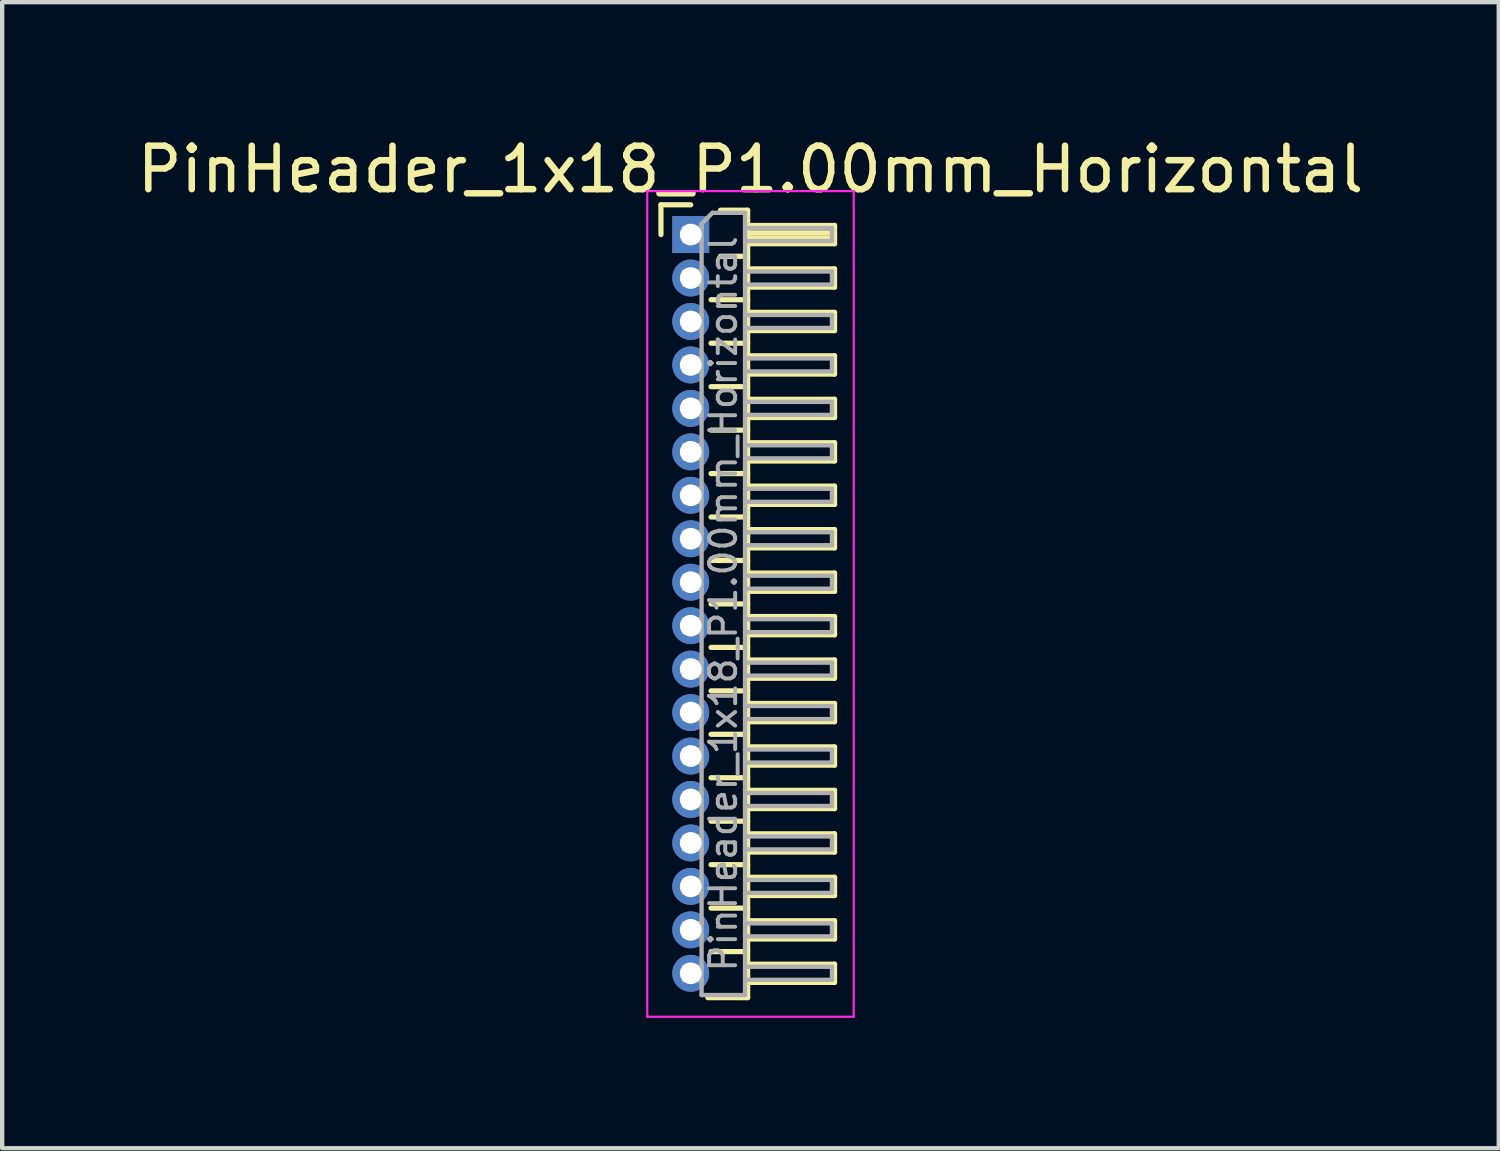
<source format=kicad_pcb>
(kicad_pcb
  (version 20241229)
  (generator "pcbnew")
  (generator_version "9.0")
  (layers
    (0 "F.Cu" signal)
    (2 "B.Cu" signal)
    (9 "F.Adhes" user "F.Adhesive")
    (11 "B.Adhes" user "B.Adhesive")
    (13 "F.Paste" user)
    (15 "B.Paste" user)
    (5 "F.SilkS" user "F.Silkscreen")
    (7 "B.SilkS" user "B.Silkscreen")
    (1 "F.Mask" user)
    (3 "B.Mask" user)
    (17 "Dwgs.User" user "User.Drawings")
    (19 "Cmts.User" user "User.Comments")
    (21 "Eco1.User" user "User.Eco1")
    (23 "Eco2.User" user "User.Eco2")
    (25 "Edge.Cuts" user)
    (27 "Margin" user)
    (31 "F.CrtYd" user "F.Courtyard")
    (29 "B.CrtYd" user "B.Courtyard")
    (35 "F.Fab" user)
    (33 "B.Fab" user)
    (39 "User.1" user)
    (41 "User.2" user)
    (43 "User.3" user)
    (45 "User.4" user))
  (footprint "PinHeader_1x18_P1.00mm_Horizontal"
    (layer "F.Cu")
    (at 12.845 2.348)
    (property "Reference" "PinHeader_1x18_P1.00mm_Horizontal" (at 1.375 -1.5 0) (layer "F.SilkS") (effects (font (size 1 1) (thickness 0.15))))
    (attr through_hole)
    (fp_line (start -0.685 -0.685) (end 0 -0.685) (stroke (width 0.12) (type solid)) (layer "F.SilkS"))
    (fp_line (start -0.685 0) (end -0.685 -0.685) (stroke (width 0.12) (type solid)) (layer "F.SilkS"))
    (fp_line (start 0.468 1.5) (end 1.31 1.5) (stroke (width 0.12) (type solid)) (layer "F.SilkS"))
    (fp_line (start 0.468 2.5) (end 1.31 2.5) (stroke (width 0.12) (type solid)) (layer "F.SilkS"))
    (fp_line (start 0.468 3.5) (end 1.31 3.5) (stroke (width 0.12) (type solid)) (layer "F.SilkS"))
    (fp_line (start 0.468 4.5) (end 1.31 4.5) (stroke (width 0.12) (type solid)) (layer "F.SilkS"))
    (fp_line (start 0.468 5.5) (end 1.31 5.5) (stroke (width 0.12) (type solid)) (layer "F.SilkS"))
    (fp_line (start 0.468 6.5) (end 1.31 6.5) (stroke (width 0.12) (type solid)) (layer "F.SilkS"))
    (fp_line (start 0.468 7.5) (end 1.31 7.5) (stroke (width 0.12) (type solid)) (layer "F.SilkS"))
    (fp_line (start 0.468 8.5) (end 1.31 8.5) (stroke (width 0.12) (type solid)) (layer "F.SilkS"))
    (fp_line (start 0.468 9.5) (end 1.31 9.5) (stroke (width 0.12) (type solid)) (layer "F.SilkS"))
    (fp_line (start 0.468 10.5) (end 1.31 10.5) (stroke (width 0.12) (type solid)) (layer "F.SilkS"))
    (fp_line (start 0.468 11.5) (end 1.31 11.5) (stroke (width 0.12) (type solid)) (layer "F.SilkS"))
    (fp_line (start 0.468 12.5) (end 1.31 12.5) (stroke (width 0.12) (type solid)) (layer "F.SilkS"))
    (fp_line (start 0.468 13.5) (end 1.31 13.5) (stroke (width 0.12) (type solid)) (layer "F.SilkS"))
    (fp_line (start 0.468 14.5) (end 1.31 14.5) (stroke (width 0.12) (type solid)) (layer "F.SilkS"))
    (fp_line (start 0.468 15.5) (end 1.31 15.5) (stroke (width 0.12) (type solid)) (layer "F.SilkS"))
    (fp_line (start 0.468 16.5) (end 1.31 16.5) (stroke (width 0.12) (type solid)) (layer "F.SilkS"))
    (fp_line (start 0.685 -0.56) (end 1.31 -0.56) (stroke (width 0.12) (type solid)) (layer "F.SilkS"))
    (fp_line (start 0.685 0.5) (end 1.31 0.5) (stroke (width 0.12) (type solid)) (layer "F.SilkS"))
    (fp_line (start 1.31 -0.56) (end 1.31 17.56) (stroke (width 0.12) (type solid)) (layer "F.SilkS"))
    (fp_line (start 1.31 -0.21) (end 3.31 -0.21) (stroke (width 0.12) (type solid)) (layer "F.SilkS"))
    (fp_line (start 1.31 -0.15) (end 3.31 -0.15) (stroke (width 0.12) (type solid)) (layer "F.SilkS"))
    (fp_line (start 1.31 -0.03) (end 3.31 -0.03) (stroke (width 0.12) (type solid)) (layer "F.SilkS"))
    (fp_line (start 1.31 0.09) (end 3.31 0.09) (stroke (width 0.12) (type solid)) (layer "F.SilkS"))
    (fp_line (start 1.31 0.79) (end 3.31 0.79) (stroke (width 0.12) (type solid)) (layer "F.SilkS"))
    (fp_line (start 1.31 1.79) (end 3.31 1.79) (stroke (width 0.12) (type solid)) (layer "F.SilkS"))
    (fp_line (start 1.31 2.79) (end 3.31 2.79) (stroke (width 0.12) (type solid)) (layer "F.SilkS"))
    (fp_line (start 1.31 3.79) (end 3.31 3.79) (stroke (width 0.12) (type solid)) (layer "F.SilkS"))
    (fp_line (start 1.31 4.79) (end 3.31 4.79) (stroke (width 0.12) (type solid)) (layer "F.SilkS"))
    (fp_line (start 1.31 5.79) (end 3.31 5.79) (stroke (width 0.12) (type solid)) (layer "F.SilkS"))
    (fp_line (start 1.31 6.79) (end 3.31 6.79) (stroke (width 0.12) (type solid)) (layer "F.SilkS"))
    (fp_line (start 1.31 7.79) (end 3.31 7.79) (stroke (width 0.12) (type solid)) (layer "F.SilkS"))
    (fp_line (start 1.31 8.79) (end 3.31 8.79) (stroke (width 0.12) (type solid)) (layer "F.SilkS"))
    (fp_line (start 1.31 9.79) (end 3.31 9.79) (stroke (width 0.12) (type solid)) (layer "F.SilkS"))
    (fp_line (start 1.31 10.79) (end 3.31 10.79) (stroke (width 0.12) (type solid)) (layer "F.SilkS"))
    (fp_line (start 1.31 11.79) (end 3.31 11.79) (stroke (width 0.12) (type solid)) (layer "F.SilkS"))
    (fp_line (start 1.31 12.79) (end 3.31 12.79) (stroke (width 0.12) (type solid)) (layer "F.SilkS"))
    (fp_line (start 1.31 13.79) (end 3.31 13.79) (stroke (width 0.12) (type solid)) (layer "F.SilkS"))
    (fp_line (start 1.31 14.79) (end 3.31 14.79) (stroke (width 0.12) (type solid)) (layer "F.SilkS"))
    (fp_line (start 1.31 15.79) (end 3.31 15.79) (stroke (width 0.12) (type solid)) (layer "F.SilkS"))
    (fp_line (start 1.31 16.79) (end 3.31 16.79) (stroke (width 0.12) (type solid)) (layer "F.SilkS"))
    (fp_line (start 1.31 17.56) (end 0.394 17.56) (stroke (width 0.12) (type solid)) (layer "F.SilkS"))
    (fp_line (start 3.31 -0.21) (end 3.31 0.21) (stroke (width 0.12) (type solid)) (layer "F.SilkS"))
    (fp_line (start 3.31 0.21) (end 1.31 0.21) (stroke (width 0.12) (type solid)) (layer "F.SilkS"))
    (fp_line (start 3.31 0.79) (end 3.31 1.21) (stroke (width 0.12) (type solid)) (layer "F.SilkS"))
    (fp_line (start 3.31 1.21) (end 1.31 1.21) (stroke (width 0.12) (type solid)) (layer "F.SilkS"))
    (fp_line (start 3.31 1.79) (end 3.31 2.21) (stroke (width 0.12) (type solid)) (layer "F.SilkS"))
    (fp_line (start 3.31 2.21) (end 1.31 2.21) (stroke (width 0.12) (type solid)) (layer "F.SilkS"))
    (fp_line (start 3.31 2.79) (end 3.31 3.21) (stroke (width 0.12) (type solid)) (layer "F.SilkS"))
    (fp_line (start 3.31 3.21) (end 1.31 3.21) (stroke (width 0.12) (type solid)) (layer "F.SilkS"))
    (fp_line (start 3.31 3.79) (end 3.31 4.21) (stroke (width 0.12) (type solid)) (layer "F.SilkS"))
    (fp_line (start 3.31 4.21) (end 1.31 4.21) (stroke (width 0.12) (type solid)) (layer "F.SilkS"))
    (fp_line (start 3.31 4.79) (end 3.31 5.21) (stroke (width 0.12) (type solid)) (layer "F.SilkS"))
    (fp_line (start 3.31 5.21) (end 1.31 5.21) (stroke (width 0.12) (type solid)) (layer "F.SilkS"))
    (fp_line (start 3.31 5.79) (end 3.31 6.21) (stroke (width 0.12) (type solid)) (layer "F.SilkS"))
    (fp_line (start 3.31 6.21) (end 1.31 6.21) (stroke (width 0.12) (type solid)) (layer "F.SilkS"))
    (fp_line (start 3.31 6.79) (end 3.31 7.21) (stroke (width 0.12) (type solid)) (layer "F.SilkS"))
    (fp_line (start 3.31 7.21) (end 1.31 7.21) (stroke (width 0.12) (type solid)) (layer "F.SilkS"))
    (fp_line (start 3.31 7.79) (end 3.31 8.21) (stroke (width 0.12) (type solid)) (layer "F.SilkS"))
    (fp_line (start 3.31 8.21) (end 1.31 8.21) (stroke (width 0.12) (type solid)) (layer "F.SilkS"))
    (fp_line (start 3.31 8.79) (end 3.31 9.21) (stroke (width 0.12) (type solid)) (layer "F.SilkS"))
    (fp_line (start 3.31 9.21) (end 1.31 9.21) (stroke (width 0.12) (type solid)) (layer "F.SilkS"))
    (fp_line (start 3.31 9.79) (end 3.31 10.21) (stroke (width 0.12) (type solid)) (layer "F.SilkS"))
    (fp_line (start 3.31 10.21) (end 1.31 10.21) (stroke (width 0.12) (type solid)) (layer "F.SilkS"))
    (fp_line (start 3.31 10.79) (end 3.31 11.21) (stroke (width 0.12) (type solid)) (layer "F.SilkS"))
    (fp_line (start 3.31 11.21) (end 1.31 11.21) (stroke (width 0.12) (type solid)) (layer "F.SilkS"))
    (fp_line (start 3.31 11.79) (end 3.31 12.21) (stroke (width 0.12) (type solid)) (layer "F.SilkS"))
    (fp_line (start 3.31 12.21) (end 1.31 12.21) (stroke (width 0.12) (type solid)) (layer "F.SilkS"))
    (fp_line (start 3.31 12.79) (end 3.31 13.21) (stroke (width 0.12) (type solid)) (layer "F.SilkS"))
    (fp_line (start 3.31 13.21) (end 1.31 13.21) (stroke (width 0.12) (type solid)) (layer "F.SilkS"))
    (fp_line (start 3.31 13.79) (end 3.31 14.21) (stroke (width 0.12) (type solid)) (layer "F.SilkS"))
    (fp_line (start 3.31 14.21) (end 1.31 14.21) (stroke (width 0.12) (type solid)) (layer "F.SilkS"))
    (fp_line (start 3.31 14.79) (end 3.31 15.21) (stroke (width 0.12) (type solid)) (layer "F.SilkS"))
    (fp_line (start 3.31 15.21) (end 1.31 15.21) (stroke (width 0.12) (type solid)) (layer "F.SilkS"))
    (fp_line (start 3.31 15.79) (end 3.31 16.21) (stroke (width 0.12) (type solid)) (layer "F.SilkS"))
    (fp_line (start 3.31 16.21) (end 1.31 16.21) (stroke (width 0.12) (type solid)) (layer "F.SilkS"))
    (fp_line (start 3.31 16.79) (end 3.31 17.21) (stroke (width 0.12) (type solid)) (layer "F.SilkS"))
    (fp_line (start 3.31 17.21) (end 1.31 17.21) (stroke (width 0.12) (type solid)) (layer "F.SilkS"))
    (fp_line (start -1 -1) (end -1 18) (stroke (width 0.05) (type solid)) (layer "F.CrtYd"))
    (fp_line (start -1 18) (end 3.75 18) (stroke (width 0.05) (type solid)) (layer "F.CrtYd"))
    (fp_line (start 3.75 -1) (end -1 -1) (stroke (width 0.05) (type solid)) (layer "F.CrtYd"))
    (fp_line (start 3.75 18) (end 3.75 -1) (stroke (width 0.05) (type solid)) (layer "F.CrtYd"))
    (fp_line (start -0.15 -0.15) (end -0.15 0.15) (stroke (width 0.1) (type solid)) (layer "F.Fab"))
    (fp_line (start -0.15 -0.15) (end 0.25 -0.15) (stroke (width 0.1) (type solid)) (layer "F.Fab"))
    (fp_line (start -0.15 0.15) (end 0.25 0.15) (stroke (width 0.1) (type solid)) (layer "F.Fab"))
    (fp_line (start -0.15 0.85) (end -0.15 1.15) (stroke (width 0.1) (type solid)) (layer "F.Fab"))
    (fp_line (start -0.15 0.85) (end 0.25 0.85) (stroke (width 0.1) (type solid)) (layer "F.Fab"))
    (fp_line (start -0.15 1.15) (end 0.25 1.15) (stroke (width 0.1) (type solid)) (layer "F.Fab"))
    (fp_line (start -0.15 1.85) (end -0.15 2.15) (stroke (width 0.1) (type solid)) (layer "F.Fab"))
    (fp_line (start -0.15 1.85) (end 0.25 1.85) (stroke (width 0.1) (type solid)) (layer "F.Fab"))
    (fp_line (start -0.15 2.15) (end 0.25 2.15) (stroke (width 0.1) (type solid)) (layer "F.Fab"))
    (fp_line (start -0.15 2.85) (end -0.15 3.15) (stroke (width 0.1) (type solid)) (layer "F.Fab"))
    (fp_line (start -0.15 2.85) (end 0.25 2.85) (stroke (width 0.1) (type solid)) (layer "F.Fab"))
    (fp_line (start -0.15 3.15) (end 0.25 3.15) (stroke (width 0.1) (type solid)) (layer "F.Fab"))
    (fp_line (start -0.15 3.85) (end -0.15 4.15) (stroke (width 0.1) (type solid)) (layer "F.Fab"))
    (fp_line (start -0.15 3.85) (end 0.25 3.85) (stroke (width 0.1) (type solid)) (layer "F.Fab"))
    (fp_line (start -0.15 4.15) (end 0.25 4.15) (stroke (width 0.1) (type solid)) (layer "F.Fab"))
    (fp_line (start -0.15 4.85) (end -0.15 5.15) (stroke (width 0.1) (type solid)) (layer "F.Fab"))
    (fp_line (start -0.15 4.85) (end 0.25 4.85) (stroke (width 0.1) (type solid)) (layer "F.Fab"))
    (fp_line (start -0.15 5.15) (end 0.25 5.15) (stroke (width 0.1) (type solid)) (layer "F.Fab"))
    (fp_line (start -0.15 5.85) (end -0.15 6.15) (stroke (width 0.1) (type solid)) (layer "F.Fab"))
    (fp_line (start -0.15 5.85) (end 0.25 5.85) (stroke (width 0.1) (type solid)) (layer "F.Fab"))
    (fp_line (start -0.15 6.15) (end 0.25 6.15) (stroke (width 0.1) (type solid)) (layer "F.Fab"))
    (fp_line (start -0.15 6.85) (end -0.15 7.15) (stroke (width 0.1) (type solid)) (layer "F.Fab"))
    (fp_line (start -0.15 6.85) (end 0.25 6.85) (stroke (width 0.1) (type solid)) (layer "F.Fab"))
    (fp_line (start -0.15 7.15) (end 0.25 7.15) (stroke (width 0.1) (type solid)) (layer "F.Fab"))
    (fp_line (start -0.15 7.85) (end -0.15 8.15) (stroke (width 0.1) (type solid)) (layer "F.Fab"))
    (fp_line (start -0.15 7.85) (end 0.25 7.85) (stroke (width 0.1) (type solid)) (layer "F.Fab"))
    (fp_line (start -0.15 8.15) (end 0.25 8.15) (stroke (width 0.1) (type solid)) (layer "F.Fab"))
    (fp_line (start -0.15 8.85) (end -0.15 9.15) (stroke (width 0.1) (type solid)) (layer "F.Fab"))
    (fp_line (start -0.15 8.85) (end 0.25 8.85) (stroke (width 0.1) (type solid)) (layer "F.Fab"))
    (fp_line (start -0.15 9.15) (end 0.25 9.15) (stroke (width 0.1) (type solid)) (layer "F.Fab"))
    (fp_line (start -0.15 9.85) (end -0.15 10.15) (stroke (width 0.1) (type solid)) (layer "F.Fab"))
    (fp_line (start -0.15 9.85) (end 0.25 9.85) (stroke (width 0.1) (type solid)) (layer "F.Fab"))
    (fp_line (start -0.15 10.15) (end 0.25 10.15) (stroke (width 0.1) (type solid)) (layer "F.Fab"))
    (fp_line (start -0.15 10.85) (end -0.15 11.15) (stroke (width 0.1) (type solid)) (layer "F.Fab"))
    (fp_line (start -0.15 10.85) (end 0.25 10.85) (stroke (width 0.1) (type solid)) (layer "F.Fab"))
    (fp_line (start -0.15 11.15) (end 0.25 11.15) (stroke (width 0.1) (type solid)) (layer "F.Fab"))
    (fp_line (start -0.15 11.85) (end -0.15 12.15) (stroke (width 0.1) (type solid)) (layer "F.Fab"))
    (fp_line (start -0.15 11.85) (end 0.25 11.85) (stroke (width 0.1) (type solid)) (layer "F.Fab"))
    (fp_line (start -0.15 12.15) (end 0.25 12.15) (stroke (width 0.1) (type solid)) (layer "F.Fab"))
    (fp_line (start -0.15 12.85) (end -0.15 13.15) (stroke (width 0.1) (type solid)) (layer "F.Fab"))
    (fp_line (start -0.15 12.85) (end 0.25 12.85) (stroke (width 0.1) (type solid)) (layer "F.Fab"))
    (fp_line (start -0.15 13.15) (end 0.25 13.15) (stroke (width 0.1) (type solid)) (layer "F.Fab"))
    (fp_line (start -0.15 13.85) (end -0.15 14.15) (stroke (width 0.1) (type solid)) (layer "F.Fab"))
    (fp_line (start -0.15 13.85) (end 0.25 13.85) (stroke (width 0.1) (type solid)) (layer "F.Fab"))
    (fp_line (start -0.15 14.15) (end 0.25 14.15) (stroke (width 0.1) (type solid)) (layer "F.Fab"))
    (fp_line (start -0.15 14.85) (end -0.15 15.15) (stroke (width 0.1) (type solid)) (layer "F.Fab"))
    (fp_line (start -0.15 14.85) (end 0.25 14.85) (stroke (width 0.1) (type solid)) (layer "F.Fab"))
    (fp_line (start -0.15 15.15) (end 0.25 15.15) (stroke (width 0.1) (type solid)) (layer "F.Fab"))
    (fp_line (start -0.15 15.85) (end -0.15 16.15) (stroke (width 0.1) (type solid)) (layer "F.Fab"))
    (fp_line (start -0.15 15.85) (end 0.25 15.85) (stroke (width 0.1) (type solid)) (layer "F.Fab"))
    (fp_line (start -0.15 16.15) (end 0.25 16.15) (stroke (width 0.1) (type solid)) (layer "F.Fab"))
    (fp_line (start -0.15 16.85) (end -0.15 17.15) (stroke (width 0.1) (type solid)) (layer "F.Fab"))
    (fp_line (start -0.15 16.85) (end 0.25 16.85) (stroke (width 0.1) (type solid)) (layer "F.Fab"))
    (fp_line (start -0.15 17.15) (end 0.25 17.15) (stroke (width 0.1) (type solid)) (layer "F.Fab"))
    (fp_line (start 0.25 -0.25) (end 0.5 -0.5) (stroke (width 0.1) (type solid)) (layer "F.Fab"))
    (fp_line (start 0.25 17.5) (end 0.25 -0.25) (stroke (width 0.1) (type solid)) (layer "F.Fab"))
    (fp_line (start 0.5 -0.5) (end 1.25 -0.5) (stroke (width 0.1) (type solid)) (layer "F.Fab"))
    (fp_line (start 1.25 -0.5) (end 1.25 17.5) (stroke (width 0.1) (type solid)) (layer "F.Fab"))
    (fp_line (start 1.25 -0.15) (end 3.25 -0.15) (stroke (width 0.1) (type solid)) (layer "F.Fab"))
    (fp_line (start 1.25 0.15) (end 3.25 0.15) (stroke (width 0.1) (type solid)) (layer "F.Fab"))
    (fp_line (start 1.25 0.85) (end 3.25 0.85) (stroke (width 0.1) (type solid)) (layer "F.Fab"))
    (fp_line (start 1.25 1.15) (end 3.25 1.15) (stroke (width 0.1) (type solid)) (layer "F.Fab"))
    (fp_line (start 1.25 1.85) (end 3.25 1.85) (stroke (width 0.1) (type solid)) (layer "F.Fab"))
    (fp_line (start 1.25 2.15) (end 3.25 2.15) (stroke (width 0.1) (type solid)) (layer "F.Fab"))
    (fp_line (start 1.25 2.85) (end 3.25 2.85) (stroke (width 0.1) (type solid)) (layer "F.Fab"))
    (fp_line (start 1.25 3.15) (end 3.25 3.15) (stroke (width 0.1) (type solid)) (layer "F.Fab"))
    (fp_line (start 1.25 3.85) (end 3.25 3.85) (stroke (width 0.1) (type solid)) (layer "F.Fab"))
    (fp_line (start 1.25 4.15) (end 3.25 4.15) (stroke (width 0.1) (type solid)) (layer "F.Fab"))
    (fp_line (start 1.25 4.85) (end 3.25 4.85) (stroke (width 0.1) (type solid)) (layer "F.Fab"))
    (fp_line (start 1.25 5.15) (end 3.25 5.15) (stroke (width 0.1) (type solid)) (layer "F.Fab"))
    (fp_line (start 1.25 5.85) (end 3.25 5.85) (stroke (width 0.1) (type solid)) (layer "F.Fab"))
    (fp_line (start 1.25 6.15) (end 3.25 6.15) (stroke (width 0.1) (type solid)) (layer "F.Fab"))
    (fp_line (start 1.25 6.85) (end 3.25 6.85) (stroke (width 0.1) (type solid)) (layer "F.Fab"))
    (fp_line (start 1.25 7.15) (end 3.25 7.15) (stroke (width 0.1) (type solid)) (layer "F.Fab"))
    (fp_line (start 1.25 7.85) (end 3.25 7.85) (stroke (width 0.1) (type solid)) (layer "F.Fab"))
    (fp_line (start 1.25 8.15) (end 3.25 8.15) (stroke (width 0.1) (type solid)) (layer "F.Fab"))
    (fp_line (start 1.25 8.85) (end 3.25 8.85) (stroke (width 0.1) (type solid)) (layer "F.Fab"))
    (fp_line (start 1.25 9.15) (end 3.25 9.15) (stroke (width 0.1) (type solid)) (layer "F.Fab"))
    (fp_line (start 1.25 9.85) (end 3.25 9.85) (stroke (width 0.1) (type solid)) (layer "F.Fab"))
    (fp_line (start 1.25 10.15) (end 3.25 10.15) (stroke (width 0.1) (type solid)) (layer "F.Fab"))
    (fp_line (start 1.25 10.85) (end 3.25 10.85) (stroke (width 0.1) (type solid)) (layer "F.Fab"))
    (fp_line (start 1.25 11.15) (end 3.25 11.15) (stroke (width 0.1) (type solid)) (layer "F.Fab"))
    (fp_line (start 1.25 11.85) (end 3.25 11.85) (stroke (width 0.1) (type solid)) (layer "F.Fab"))
    (fp_line (start 1.25 12.15) (end 3.25 12.15) (stroke (width 0.1) (type solid)) (layer "F.Fab"))
    (fp_line (start 1.25 12.85) (end 3.25 12.85) (stroke (width 0.1) (type solid)) (layer "F.Fab"))
    (fp_line (start 1.25 13.15) (end 3.25 13.15) (stroke (width 0.1) (type solid)) (layer "F.Fab"))
    (fp_line (start 1.25 13.85) (end 3.25 13.85) (stroke (width 0.1) (type solid)) (layer "F.Fab"))
    (fp_line (start 1.25 14.15) (end 3.25 14.15) (stroke (width 0.1) (type solid)) (layer "F.Fab"))
    (fp_line (start 1.25 14.85) (end 3.25 14.85) (stroke (width 0.1) (type solid)) (layer "F.Fab"))
    (fp_line (start 1.25 15.15) (end 3.25 15.15) (stroke (width 0.1) (type solid)) (layer "F.Fab"))
    (fp_line (start 1.25 15.85) (end 3.25 15.85) (stroke (width 0.1) (type solid)) (layer "F.Fab"))
    (fp_line (start 1.25 16.15) (end 3.25 16.15) (stroke (width 0.1) (type solid)) (layer "F.Fab"))
    (fp_line (start 1.25 16.85) (end 3.25 16.85) (stroke (width 0.1) (type solid)) (layer "F.Fab"))
    (fp_line (start 1.25 17.15) (end 3.25 17.15) (stroke (width 0.1) (type solid)) (layer "F.Fab"))
    (fp_line (start 1.25 17.5) (end 0.25 17.5) (stroke (width 0.1) (type solid)) (layer "F.Fab"))
    (fp_line (start 3.25 -0.15) (end 3.25 0.15) (stroke (width 0.1) (type solid)) (layer "F.Fab"))
    (fp_line (start 3.25 0.85) (end 3.25 1.15) (stroke (width 0.1) (type solid)) (layer "F.Fab"))
    (fp_line (start 3.25 1.85) (end 3.25 2.15) (stroke (width 0.1) (type solid)) (layer "F.Fab"))
    (fp_line (start 3.25 2.85) (end 3.25 3.15) (stroke (width 0.1) (type solid)) (layer "F.Fab"))
    (fp_line (start 3.25 3.85) (end 3.25 4.15) (stroke (width 0.1) (type solid)) (layer "F.Fab"))
    (fp_line (start 3.25 4.85) (end 3.25 5.15) (stroke (width 0.1) (type solid)) (layer "F.Fab"))
    (fp_line (start 3.25 5.85) (end 3.25 6.15) (stroke (width 0.1) (type solid)) (layer "F.Fab"))
    (fp_line (start 3.25 6.85) (end 3.25 7.15) (stroke (width 0.1) (type solid)) (layer "F.Fab"))
    (fp_line (start 3.25 7.85) (end 3.25 8.15) (stroke (width 0.1) (type solid)) (layer "F.Fab"))
    (fp_line (start 3.25 8.85) (end 3.25 9.15) (stroke (width 0.1) (type solid)) (layer "F.Fab"))
    (fp_line (start 3.25 9.85) (end 3.25 10.15) (stroke (width 0.1) (type solid)) (layer "F.Fab"))
    (fp_line (start 3.25 10.85) (end 3.25 11.15) (stroke (width 0.1) (type solid)) (layer "F.Fab"))
    (fp_line (start 3.25 11.85) (end 3.25 12.15) (stroke (width 0.1) (type solid)) (layer "F.Fab"))
    (fp_line (start 3.25 12.85) (end 3.25 13.15) (stroke (width 0.1) (type solid)) (layer "F.Fab"))
    (fp_line (start 3.25 13.85) (end 3.25 14.15) (stroke (width 0.1) (type solid)) (layer "F.Fab"))
    (fp_line (start 3.25 14.85) (end 3.25 15.15) (stroke (width 0.1) (type solid)) (layer "F.Fab"))
    (fp_line (start 3.25 15.85) (end 3.25 16.15) (stroke (width 0.1) (type solid)) (layer "F.Fab"))
    (fp_line (start 3.25 16.85) (end 3.25 17.15) (stroke (width 0.1) (type solid)) (layer "F.Fab"))
    (fp_text user "${REFERENCE}" (at 0.75 8.5 90) (layer "F.Fab") (effects (font (size 0.6 0.6) (thickness 0.09))))
    (pad "1" thru_hole rect (at 0 0) (size 0.85 0.85) (drill 0.5) (layers "*.Cu" "*.Mask"))
    (pad "2" thru_hole oval (at 0 1) (size 0.85 0.85) (drill 0.5) (layers "*.Cu" "*.Mask"))
    (pad "3" thru_hole oval (at 0 2) (size 0.85 0.85) (drill 0.5) (layers "*.Cu" "*.Mask"))
    (pad "4" thru_hole oval (at 0 3) (size 0.85 0.85) (drill 0.5) (layers "*.Cu" "*.Mask"))
    (pad "5" thru_hole oval (at 0 4) (size 0.85 0.85) (drill 0.5) (layers "*.Cu" "*.Mask"))
    (pad "6" thru_hole oval (at 0 5) (size 0.85 0.85) (drill 0.5) (layers "*.Cu" "*.Mask"))
    (pad "7" thru_hole oval (at 0 6) (size 0.85 0.85) (drill 0.5) (layers "*.Cu" "*.Mask"))
    (pad "8" thru_hole oval (at 0 7) (size 0.85 0.85) (drill 0.5) (layers "*.Cu" "*.Mask"))
    (pad "9" thru_hole oval (at 0 8) (size 0.85 0.85) (drill 0.5) (layers "*.Cu" "*.Mask"))
    (pad "10" thru_hole oval (at 0 9) (size 0.85 0.85) (drill 0.5) (layers "*.Cu" "*.Mask"))
    (pad "11" thru_hole oval (at 0 10) (size 0.85 0.85) (drill 0.5) (layers "*.Cu" "*.Mask"))
    (pad "12" thru_hole oval (at 0 11) (size 0.85 0.85) (drill 0.5) (layers "*.Cu" "*.Mask"))
    (pad "13" thru_hole oval (at 0 12) (size 0.85 0.85) (drill 0.5) (layers "*.Cu" "*.Mask"))
    (pad "14" thru_hole oval (at 0 13) (size 0.85 0.85) (drill 0.5) (layers "*.Cu" "*.Mask"))
    (pad "15" thru_hole oval (at 0 14) (size 0.85 0.85) (drill 0.5) (layers "*.Cu" "*.Mask"))
    (pad "16" thru_hole oval (at 0 15) (size 0.85 0.85) (drill 0.5) (layers "*.Cu" "*.Mask"))
    (pad "17" thru_hole oval (at 0 16) (size 0.85 0.85) (drill 0.5) (layers "*.Cu" "*.Mask"))
    (pad "18" thru_hole oval (at 0 17) (size 0.85 0.85) (drill 0.5) (layers "*.Cu" "*.Mask")))
  (gr_rect
    (start -3 -3)
    (end 31.44 23.373)
    (stroke (width 0.1) (type default))
    (fill no)
    (layer "Edge.Cuts")))
</source>
